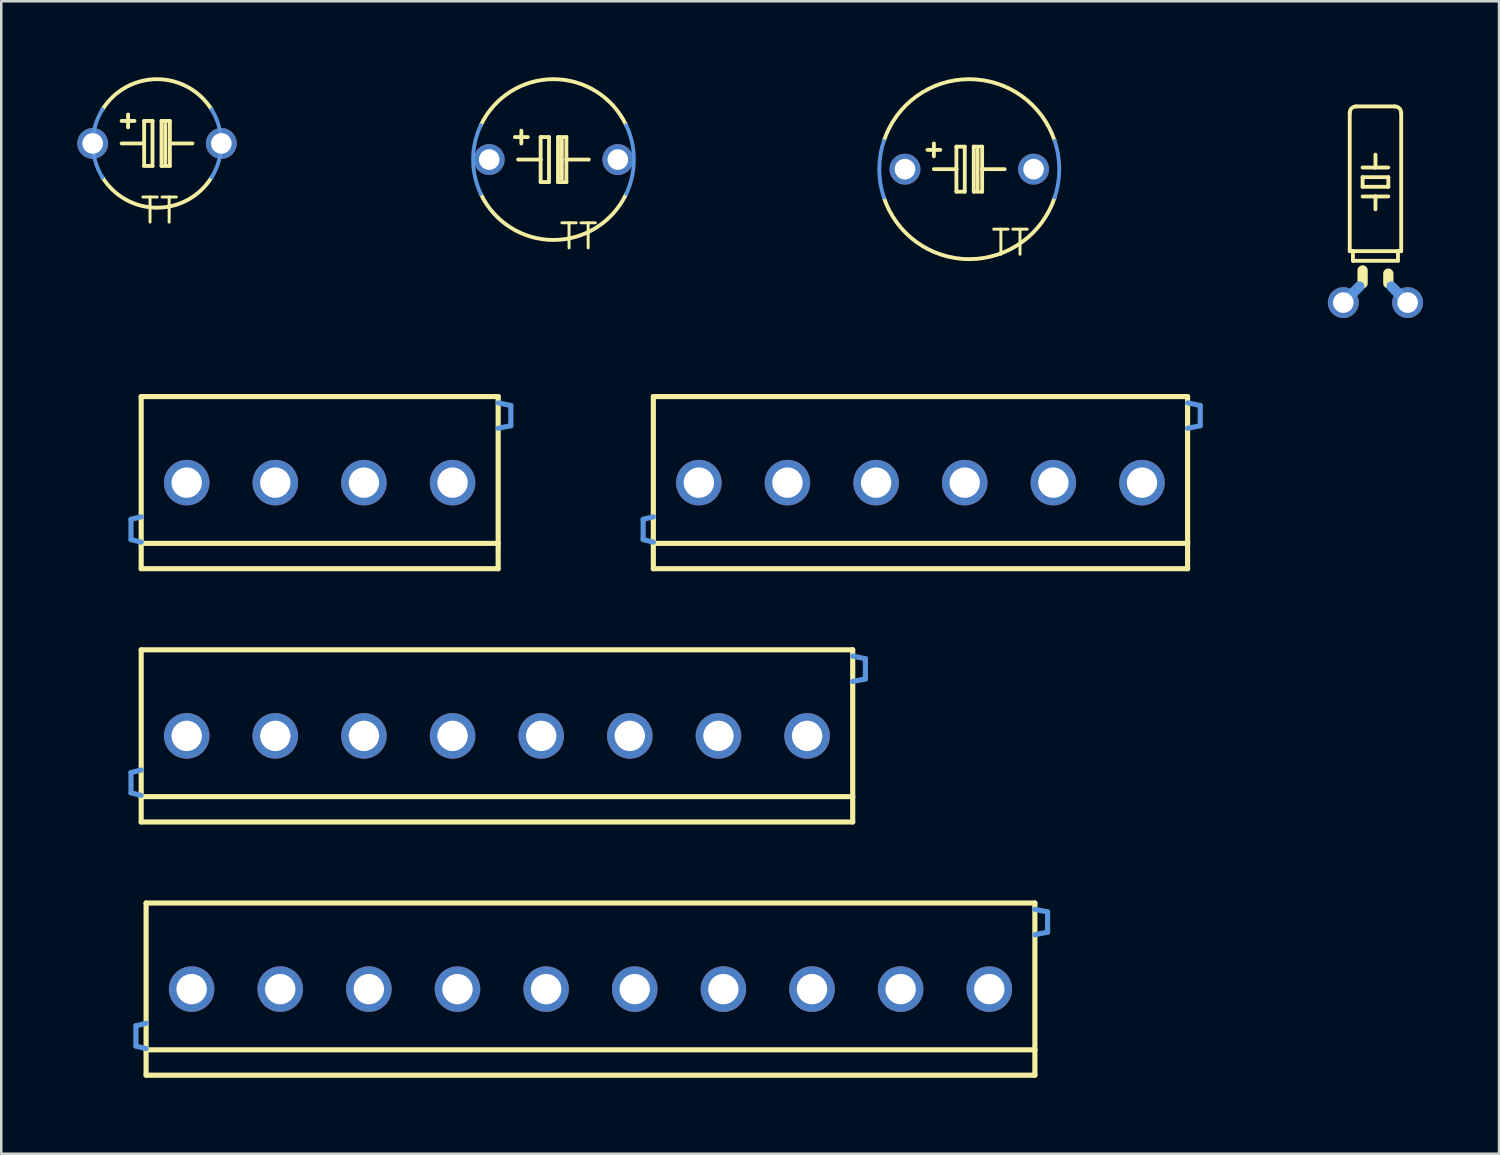
<source format=kicad_pcb>
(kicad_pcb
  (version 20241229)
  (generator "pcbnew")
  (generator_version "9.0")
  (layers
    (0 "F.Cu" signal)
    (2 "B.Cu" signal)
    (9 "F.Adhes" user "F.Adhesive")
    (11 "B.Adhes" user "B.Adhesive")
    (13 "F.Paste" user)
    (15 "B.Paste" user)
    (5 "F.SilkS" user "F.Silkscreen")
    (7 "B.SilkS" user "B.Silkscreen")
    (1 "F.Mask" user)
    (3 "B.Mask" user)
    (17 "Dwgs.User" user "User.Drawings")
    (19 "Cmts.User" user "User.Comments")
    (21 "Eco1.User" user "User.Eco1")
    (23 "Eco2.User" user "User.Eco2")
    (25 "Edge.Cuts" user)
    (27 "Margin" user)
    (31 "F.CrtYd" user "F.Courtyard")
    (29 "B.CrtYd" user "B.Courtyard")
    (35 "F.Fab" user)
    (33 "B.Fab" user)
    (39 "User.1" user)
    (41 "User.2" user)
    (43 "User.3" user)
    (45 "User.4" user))
  (footprint "TC26H"
    (layer "F.Cu")
    (at 51.265 8.899)
    (property "Reference" "TC26H" (at -2.032 -5.842 90) (layer "Eco1.User") (effects (font (size 1.27 1.27) (thickness 0.127))))
    (attr through_hole)
    (fp_line (start -1.016 -2.032) (end -1.016 -7.493) (stroke (width 0.152) (type solid)) (layer "F.SilkS"))
    (fp_line (start -1.016 -2.032) (end -0.889 -2.032) (stroke (width 0.152) (type solid)) (layer "F.SilkS"))
    (fp_line (start -0.889 -1.651) (end -0.889 -2.032) (stroke (width 0.152) (type solid)) (layer "F.SilkS"))
    (fp_line (start -0.889 -1.651) (end 0.889 -1.651) (stroke (width 0.152) (type solid)) (layer "F.SilkS"))
    (fp_line (start -0.762 -7.747) (end 0.762 -7.747) (stroke (width 0.152) (type solid)) (layer "F.SilkS"))
    (fp_line (start -0.508 -5.334) (end 0 -5.334) (stroke (width 0.152) (type solid)) (layer "F.SilkS"))
    (fp_line (start -0.508 -4.953) (end -0.508 -4.572) (stroke (width 0.152) (type solid)) (layer "F.SilkS"))
    (fp_line (start -0.508 -4.953) (end 0.508 -4.953) (stroke (width 0.152) (type solid)) (layer "F.SilkS"))
    (fp_line (start -0.508 -4.191) (end 0 -4.191) (stroke (width 0.152) (type solid)) (layer "F.SilkS"))
    (fp_line (start -0.508 -0.762) (end -0.508 -1.27) (stroke (width 0.406) (type solid)) (layer "F.SilkS"))
    (fp_line (start 0 -5.334) (end 0 -5.842) (stroke (width 0.152) (type solid)) (layer "F.SilkS"))
    (fp_line (start 0 -5.334) (end 0.508 -5.334) (stroke (width 0.152) (type solid)) (layer "F.SilkS"))
    (fp_line (start 0 -4.191) (end 0 -3.683) (stroke (width 0.152) (type solid)) (layer "F.SilkS"))
    (fp_line (start 0 -4.191) (end 0.508 -4.191) (stroke (width 0.152) (type solid)) (layer "F.SilkS"))
    (fp_line (start 0.508 -4.572) (end -0.508 -4.572) (stroke (width 0.152) (type solid)) (layer "F.SilkS"))
    (fp_line (start 0.508 -4.572) (end 0.508 -4.953) (stroke (width 0.152) (type solid)) (layer "F.SilkS"))
    (fp_line (start 0.508 -0.762) (end 0.508 -1.143) (stroke (width 0.406) (type solid)) (layer "F.SilkS"))
    (fp_line (start 0.889 -2.032) (end -0.889 -2.032) (stroke (width 0.152) (type solid)) (layer "F.SilkS"))
    (fp_line (start 0.889 -1.651) (end 0.889 -2.032) (stroke (width 0.152) (type solid)) (layer "F.SilkS"))
    (fp_line (start 1.016 -2.032) (end 0.889 -2.032) (stroke (width 0.152) (type solid)) (layer "F.SilkS"))
    (fp_line (start 1.016 -2.032) (end 1.016 -7.493) (stroke (width 0.152) (type solid)) (layer "F.SilkS"))
    (fp_arc (start -1.016 -7.493) (mid -0.941605 -7.672605) (end -0.762 -7.747) (stroke (width 0.1524) (type solid)) (layer "F.SilkS"))
    (fp_arc (start 0.762 -7.747) (mid 0.941605 -7.672605) (end 1.016 -7.493) (stroke (width 0.1524) (type solid)) (layer "F.SilkS"))
    (fp_line (start -0.635 -0.635) (end -1.27 0) (stroke (width 0.406) (type solid)) (layer "Cmts.User"))
    (fp_line (start 0.635 -0.635) (end 1.27 0) (stroke (width 0.406) (type solid)) (layer "Cmts.User"))
    (pad "1" thru_hole oval (at -1.27 0) (size 1.219 1.219) (drill 0.813) (layers "*.Cu" "*.Mask"))
    (pad "2" thru_hole oval (at 1.27 0) (size 1.219 1.219) (drill 0.813) (layers "*.Cu" "*.Mask")))
  (footprint "TERMINALBLOCK_3.5MM_6"
    (layer "F.Cu")
    (at 24.547 16.009)
    (property "Reference" "TERMINALBLOCK_3.5MM_6" (at -0.457 -2.337 0) (layer "Eco1.User") (effects (font (size 0.406 0.406) (thickness 0.03))))
    (attr through_hole)
    (fp_line (start -1.798 -3.399) (end 19.299 -3.399) (stroke (width 0.203) (type solid)) (layer "F.SilkS"))
    (fp_line (start -1.798 2.398) (end -1.798 -3.399) (stroke (width 0.203) (type solid)) (layer "F.SilkS"))
    (fp_line (start -1.798 3.399) (end -1.798 2.398) (stroke (width 0.203) (type solid)) (layer "F.SilkS"))
    (fp_line (start 19.299 -3.399) (end 19.299 2.398) (stroke (width 0.203) (type solid)) (layer "F.SilkS"))
    (fp_line (start 19.299 2.398) (end -1.798 2.398) (stroke (width 0.203) (type solid)) (layer "F.SilkS"))
    (fp_line (start 19.299 2.398) (end 19.299 3.399) (stroke (width 0.203) (type solid)) (layer "F.SilkS"))
    (fp_line (start 19.299 3.399) (end -1.798 3.399) (stroke (width 0.203) (type solid)) (layer "F.SilkS"))
    (fp_line (start -2.2 1.448) (end -2.2 2.248) (stroke (width 0.203) (type solid)) (layer "Cmts.User"))
    (fp_line (start -2.2 2.248) (end -1.798 2.349) (stroke (width 0.203) (type solid)) (layer "Cmts.User"))
    (fp_line (start -1.798 1.349) (end -2.2 1.448) (stroke (width 0.203) (type solid)) (layer "Cmts.User"))
    (fp_line (start 19.299 -3.15) (end 19.799 -3.048) (stroke (width 0.203) (type solid)) (layer "Cmts.User"))
    (fp_line (start 19.799 -3.048) (end 19.799 -2.248) (stroke (width 0.203) (type solid)) (layer "Cmts.User"))
    (fp_line (start 19.799 -2.248) (end 19.299 -2.149) (stroke (width 0.203) (type solid)) (layer "Cmts.User"))
    (pad "1" thru_hole oval (at 0 0) (size 1.798 1.798) (drill 1.199) (layers "*.Cu" "*.Mask"))
    (pad "2" thru_hole oval (at 3.498 0) (size 1.798 1.798) (drill 1.199) (layers "*.Cu" "*.Mask"))
    (pad "3" thru_hole oval (at 6.998 0) (size 1.798 1.798) (drill 1.199) (layers "*.Cu" "*.Mask"))
    (pad "4" thru_hole oval (at 10.498 0) (size 1.798 1.798) (drill 1.199) (layers "*.Cu" "*.Mask"))
    (pad "5" thru_hole oval (at 13.998 0) (size 1.798 1.798) (drill 1.199) (layers "*.Cu" "*.Mask"))
    (pad "6" thru_hole oval (at 17.498 0) (size 1.798 1.798) (drill 1.199) (layers "*.Cu" "*.Mask")))
  (footprint "TAP5-50"
    (layer "F.Cu")
    (at 3.15 2.614)
    (property "Reference" "TAP5-50" (at 5.08 -0.635 0) (layer "Eco1.User") (effects (font (size 1.27 1.27) (thickness 0.127))))
    (attr through_hole)
    (fp_line (start -1.397 0) (end -0.508 0) (stroke (width 0.152) (type solid)) (layer "F.SilkS"))
    (fp_line (start -1.143 -0.635) (end -1.143 -1.143) (stroke (width 0.152) (type solid)) (layer "F.SilkS"))
    (fp_line (start -0.889 -0.889) (end -1.397 -0.889) (stroke (width 0.152) (type solid)) (layer "F.SilkS"))
    (fp_line (start -0.508 -0.889) (end -0.508 0) (stroke (width 0.152) (type solid)) (layer "F.SilkS"))
    (fp_line (start -0.508 0) (end -0.508 0.889) (stroke (width 0.152) (type solid)) (layer "F.SilkS"))
    (fp_line (start -0.508 0.889) (end -0.178 0.889) (stroke (width 0.152) (type solid)) (layer "F.SilkS"))
    (fp_line (start -0.178 -0.889) (end -0.508 -0.889) (stroke (width 0.152) (type solid)) (layer "F.SilkS"))
    (fp_line (start -0.178 0.889) (end -0.178 -0.889) (stroke (width 0.152) (type solid)) (layer "F.SilkS"))
    (fp_line (start 0.178 -0.889) (end 0.178 0.889) (stroke (width 0.152) (type solid)) (layer "F.SilkS"))
    (fp_line (start 0.178 0.889) (end 0.508 0.889) (stroke (width 0.152) (type solid)) (layer "F.SilkS"))
    (fp_line (start 0.33 0.762) (end 0.33 -0.762) (stroke (width 0.152) (type solid)) (layer "F.SilkS"))
    (fp_line (start 0.508 -0.889) (end 0.178 -0.889) (stroke (width 0.152) (type solid)) (layer "F.SilkS"))
    (fp_line (start 0.508 0) (end 0.508 -0.889) (stroke (width 0.152) (type solid)) (layer "F.SilkS"))
    (fp_line (start 0.508 0) (end 1.397 0) (stroke (width 0.152) (type solid)) (layer "F.SilkS"))
    (fp_line (start 0.508 0.889) (end 0.508 0) (stroke (width 0.152) (type solid)) (layer "F.SilkS"))
    (fp_arc (start -2.15392 -1.34112) (mid -0.001855 -2.537316) (end 2.151957 -1.344268) (stroke (width 0.1524) (type solid)) (layer "F.SilkS"))
    (fp_arc (start 2.151957 1.344268) (mid -0.001855 2.537316) (end -2.15392 1.34112) (stroke (width 0.1524) (type solid)) (layer "F.SilkS"))
    (fp_arc (start -2.154299 1.34051) (mid -2.537316 -0.000359) (end -2.15392 -1.34112) (stroke (width 0.1524) (type solid)) (layer "Cmts.User"))
    (fp_arc (start 2.154299 -1.34051) (mid 2.537316 0.000359) (end 2.15392 1.34112) (stroke (width 0.1524) (type solid)) (layer "Cmts.User"))
    (fp_text user "TT" (at 0.102 2.654 0) (layer "F.SilkS") (effects (font (size 0.991 0.991) (thickness 0.117))))
    (pad "+" thru_hole oval (at -2.54 0) (size 1.219 1.219) (drill 0.813) (layers "*.Cu" "*.Mask"))
    (pad "-" thru_hole oval (at 2.54 0) (size 1.219 1.219) (drill 0.813) (layers "*.Cu" "*.Mask")))
  (footprint "TERMINALBLOCK_3.5MM_4"
    (layer "F.Cu")
    (at 4.323 16.009)
    (property "Reference" "TERMINALBLOCK_3.5MM_4" (at -0.457 -2.337 0) (layer "Eco1.User") (effects (font (size 0.406 0.406) (thickness 0.03))))
    (attr through_hole)
    (fp_line (start -1.798 -3.399) (end 12.299 -3.399) (stroke (width 0.203) (type solid)) (layer "F.SilkS"))
    (fp_line (start -1.798 2.398) (end -1.798 -3.399) (stroke (width 0.203) (type solid)) (layer "F.SilkS"))
    (fp_line (start -1.798 3.399) (end -1.798 2.398) (stroke (width 0.203) (type solid)) (layer "F.SilkS"))
    (fp_line (start 12.299 -3.399) (end 12.299 2.398) (stroke (width 0.203) (type solid)) (layer "F.SilkS"))
    (fp_line (start 12.299 2.398) (end -1.798 2.398) (stroke (width 0.203) (type solid)) (layer "F.SilkS"))
    (fp_line (start 12.299 2.398) (end 12.299 3.399) (stroke (width 0.203) (type solid)) (layer "F.SilkS"))
    (fp_line (start 12.299 3.399) (end -1.798 3.399) (stroke (width 0.203) (type solid)) (layer "F.SilkS"))
    (fp_line (start -2.2 1.448) (end -2.2 2.248) (stroke (width 0.203) (type solid)) (layer "Cmts.User"))
    (fp_line (start -2.2 2.248) (end -1.798 2.349) (stroke (width 0.203) (type solid)) (layer "Cmts.User"))
    (fp_line (start -1.798 1.349) (end -2.2 1.448) (stroke (width 0.203) (type solid)) (layer "Cmts.User"))
    (fp_line (start 12.299 -3.15) (end 12.799 -3.048) (stroke (width 0.203) (type solid)) (layer "Cmts.User"))
    (fp_line (start 12.799 -3.048) (end 12.799 -2.248) (stroke (width 0.203) (type solid)) (layer "Cmts.User"))
    (fp_line (start 12.799 -2.248) (end 12.299 -2.149) (stroke (width 0.203) (type solid)) (layer "Cmts.User"))
    (pad "1" thru_hole oval (at 0 0) (size 1.798 1.798) (drill 1.199) (layers "*.Cu" "*.Mask"))
    (pad "2" thru_hole oval (at 3.498 0) (size 1.798 1.798) (drill 1.199) (layers "*.Cu" "*.Mask"))
    (pad "3" thru_hole oval (at 6.998 0) (size 1.798 1.798) (drill 1.199) (layers "*.Cu" "*.Mask"))
    (pad "4" thru_hole oval (at 10.498 0) (size 1.798 1.798) (drill 1.199) (layers "*.Cu" "*.Mask")))
  (footprint "TERMINALBLOCK_3.5MM_8"
    (layer "F.Cu")
    (at 4.323 26.009)
    (property "Reference" "TERMINALBLOCK_3.5MM_8" (at -0.457 -2.337 0) (layer "Eco1.User") (effects (font (size 0.406 0.406) (thickness 0.03))))
    (attr through_hole)
    (fp_line (start -1.798 -3.399) (end 26.299 -3.399) (stroke (width 0.203) (type solid)) (layer "F.SilkS"))
    (fp_line (start -1.798 2.398) (end -1.798 -3.399) (stroke (width 0.203) (type solid)) (layer "F.SilkS"))
    (fp_line (start -1.798 3.399) (end -1.798 2.398) (stroke (width 0.203) (type solid)) (layer "F.SilkS"))
    (fp_line (start 26.299 -3.399) (end 26.299 2.398) (stroke (width 0.203) (type solid)) (layer "F.SilkS"))
    (fp_line (start 26.299 2.398) (end -1.798 2.398) (stroke (width 0.203) (type solid)) (layer "F.SilkS"))
    (fp_line (start 26.299 2.398) (end 26.299 3.399) (stroke (width 0.203) (type solid)) (layer "F.SilkS"))
    (fp_line (start 26.299 3.399) (end -1.798 3.399) (stroke (width 0.203) (type solid)) (layer "F.SilkS"))
    (fp_line (start -2.2 1.448) (end -2.2 2.248) (stroke (width 0.203) (type solid)) (layer "Cmts.User"))
    (fp_line (start -2.2 2.248) (end -1.798 2.349) (stroke (width 0.203) (type solid)) (layer "Cmts.User"))
    (fp_line (start -1.798 1.349) (end -2.2 1.448) (stroke (width 0.203) (type solid)) (layer "Cmts.User"))
    (fp_line (start 26.299 -3.15) (end 26.8 -3.048) (stroke (width 0.203) (type solid)) (layer "Cmts.User"))
    (fp_line (start 26.8 -3.048) (end 26.8 -2.248) (stroke (width 0.203) (type solid)) (layer "Cmts.User"))
    (fp_line (start 26.8 -2.248) (end 26.299 -2.149) (stroke (width 0.203) (type solid)) (layer "Cmts.User"))
    (pad "1" thru_hole oval (at 0 0) (size 1.798 1.798) (drill 1.199) (layers "*.Cu" "*.Mask"))
    (pad "2" thru_hole oval (at 3.498 0) (size 1.798 1.798) (drill 1.199) (layers "*.Cu" "*.Mask"))
    (pad "3" thru_hole oval (at 6.998 0) (size 1.798 1.798) (drill 1.199) (layers "*.Cu" "*.Mask"))
    (pad "4" thru_hole oval (at 10.498 0) (size 1.798 1.798) (drill 1.199) (layers "*.Cu" "*.Mask"))
    (pad "5" thru_hole oval (at 13.998 0) (size 1.798 1.798) (drill 1.199) (layers "*.Cu" "*.Mask"))
    (pad "6" thru_hole oval (at 17.498 0) (size 1.798 1.798) (drill 1.199) (layers "*.Cu" "*.Mask"))
    (pad "7" thru_hole oval (at 20.998 0) (size 1.798 1.798) (drill 1.199) (layers "*.Cu" "*.Mask"))
    (pad "8" thru_hole oval (at 24.498 0) (size 1.798 1.798) (drill 1.199) (layers "*.Cu" "*.Mask")))
  (footprint "TAP5-60"
    (layer "F.Cu")
    (at 18.807 3.251)
    (property "Reference" "TAP5-60" (at 5.461 -1.27 0) (layer "Eco1.User") (effects (font (size 1.27 1.27) (thickness 0.127))))
    (attr through_hole)
    (fp_line (start -1.397 0) (end -0.508 0) (stroke (width 0.152) (type solid)) (layer "F.SilkS"))
    (fp_line (start -1.27 -0.635) (end -1.27 -1.143) (stroke (width 0.152) (type solid)) (layer "F.SilkS"))
    (fp_line (start -1.016 -0.889) (end -1.524 -0.889) (stroke (width 0.152) (type solid)) (layer "F.SilkS"))
    (fp_line (start -0.508 -0.889) (end -0.508 0) (stroke (width 0.152) (type solid)) (layer "F.SilkS"))
    (fp_line (start -0.508 0) (end -0.508 0.889) (stroke (width 0.152) (type solid)) (layer "F.SilkS"))
    (fp_line (start -0.508 0.889) (end -0.178 0.889) (stroke (width 0.152) (type solid)) (layer "F.SilkS"))
    (fp_line (start -0.178 -0.889) (end -0.508 -0.889) (stroke (width 0.152) (type solid)) (layer "F.SilkS"))
    (fp_line (start -0.178 0.889) (end -0.178 -0.889) (stroke (width 0.152) (type solid)) (layer "F.SilkS"))
    (fp_line (start 0.178 -0.889) (end 0.178 0.889) (stroke (width 0.152) (type solid)) (layer "F.SilkS"))
    (fp_line (start 0.178 0.889) (end 0.508 0.889) (stroke (width 0.152) (type solid)) (layer "F.SilkS"))
    (fp_line (start 0.33 0.762) (end 0.33 -0.762) (stroke (width 0.152) (type solid)) (layer "F.SilkS"))
    (fp_line (start 0.508 -0.889) (end 0.178 -0.889) (stroke (width 0.152) (type solid)) (layer "F.SilkS"))
    (fp_line (start 0.508 0) (end 0.508 -0.889) (stroke (width 0.152) (type solid)) (layer "F.SilkS"))
    (fp_line (start 0.508 0) (end 1.397 0) (stroke (width 0.152) (type solid)) (layer "F.SilkS"))
    (fp_line (start 0.508 0.889) (end 0.508 0) (stroke (width 0.152) (type solid)) (layer "F.SilkS"))
    (fp_arc (start -2.8702 -1.35636) (mid -0.003112 -3.174547) (end 2.867536 -1.361984) (stroke (width 0.1524) (type solid)) (layer "F.SilkS"))
    (fp_arc (start 2.867536 1.361984) (mid -0.003112 3.174548) (end -2.8702 1.35636) (stroke (width 0.1524) (type solid)) (layer "F.SilkS"))
    (fp_arc (start -2.869908 1.356977) (mid -3.174549 0.000341) (end -2.8702 -1.35636) (stroke (width 0.1524) (type solid)) (layer "Cmts.User"))
    (fp_arc (start 2.869908 -1.356977) (mid 3.174549 -0.000341) (end 2.8702 1.35636) (stroke (width 0.1524) (type solid)) (layer "Cmts.User"))
    (fp_text user "TT" (at 0.991 3.035 0) (layer "F.SilkS") (effects (font (size 0.991 0.991) (thickness 0.117))))
    (pad "+" thru_hole oval (at -2.54 0) (size 1.219 1.219) (drill 0.813) (layers "*.Cu" "*.Mask"))
    (pad "-" thru_hole oval (at 2.54 0) (size 1.219 1.219) (drill 0.813) (layers "*.Cu" "*.Mask")))
  (footprint "TAP5-70"
    (layer "F.Cu")
    (at 35.225 3.63)
    (property "Reference" "TAP5-70" (at 5.715 -1.778 0) (layer "Eco1.User") (effects (font (size 1.27 1.27) (thickness 0.127))))
    (attr through_hole)
    (fp_line (start -1.397 -0.508) (end -1.397 -1.016) (stroke (width 0.152) (type solid)) (layer "F.SilkS"))
    (fp_line (start -1.397 0) (end -0.508 0) (stroke (width 0.152) (type solid)) (layer "F.SilkS"))
    (fp_line (start -1.143 -0.762) (end -1.651 -0.762) (stroke (width 0.152) (type solid)) (layer "F.SilkS"))
    (fp_line (start -0.508 -0.889) (end -0.508 0) (stroke (width 0.152) (type solid)) (layer "F.SilkS"))
    (fp_line (start -0.508 0) (end -0.508 0.889) (stroke (width 0.152) (type solid)) (layer "F.SilkS"))
    (fp_line (start -0.508 0.889) (end -0.178 0.889) (stroke (width 0.152) (type solid)) (layer "F.SilkS"))
    (fp_line (start -0.178 -0.889) (end -0.508 -0.889) (stroke (width 0.152) (type solid)) (layer "F.SilkS"))
    (fp_line (start -0.178 0.889) (end -0.178 -0.889) (stroke (width 0.152) (type solid)) (layer "F.SilkS"))
    (fp_line (start 0.178 -0.889) (end 0.178 0.889) (stroke (width 0.152) (type solid)) (layer "F.SilkS"))
    (fp_line (start 0.178 0.889) (end 0.508 0.889) (stroke (width 0.152) (type solid)) (layer "F.SilkS"))
    (fp_line (start 0.33 0.762) (end 0.33 -0.762) (stroke (width 0.152) (type solid)) (layer "F.SilkS"))
    (fp_line (start 0.508 -0.889) (end 0.178 -0.889) (stroke (width 0.152) (type solid)) (layer "F.SilkS"))
    (fp_line (start 0.508 0) (end 0.508 -0.889) (stroke (width 0.152) (type solid)) (layer "F.SilkS"))
    (fp_line (start 0.508 0) (end 1.397 0) (stroke (width 0.152) (type solid)) (layer "F.SilkS"))
    (fp_line (start 0.508 0.889) (end 0.508 0) (stroke (width 0.152) (type solid)) (layer "F.SilkS"))
    (fp_arc (start -3.37312 -1.1176) (mid -0.004258 -3.553442) (end 3.370432 -1.125681) (stroke (width 0.1524) (type solid)) (layer "F.SilkS"))
    (fp_arc (start 3.370432 1.125681) (mid -0.004258 3.553442) (end -3.37312 1.1176) (stroke (width 0.1524) (type solid)) (layer "F.SilkS"))
    (fp_arc (start -3.372391 1.119797) (mid -3.553444 0.001157) (end -3.37312 -1.1176) (stroke (width 0.1524) (type solid)) (layer "Cmts.User"))
    (fp_arc (start 3.372391 -1.119797) (mid 3.553444 -0.001157) (end 3.37312 1.1176) (stroke (width 0.1524) (type solid)) (layer "Cmts.User"))
    (fp_text user "TT" (at 1.626 2.908 0) (layer "F.SilkS") (effects (font (size 0.991 0.991) (thickness 0.117))))
    (pad "+" thru_hole oval (at -2.54 0) (size 1.219 1.219) (drill 0.813) (layers "*.Cu" "*.Mask"))
    (pad "-" thru_hole oval (at 2.54 0) (size 1.219 1.219) (drill 0.813) (layers "*.Cu" "*.Mask")))
  (footprint "TERMINALBLOCK_3.5MM_10"
    (layer "F.Cu")
    (at 4.517 36.009)
    (property "Reference" "TERMINALBLOCK_3.5MM_10" (at -0.457 -2.337 0) (layer "Eco1.User") (effects (font (size 0.406 0.406) (thickness 0.03))))
    (attr through_hole)
    (fp_line (start -1.798 -3.399) (end 33.299 -3.399) (stroke (width 0.203) (type solid)) (layer "F.SilkS"))
    (fp_line (start -1.798 2.398) (end -1.798 -3.399) (stroke (width 0.203) (type solid)) (layer "F.SilkS"))
    (fp_line (start -1.798 3.399) (end -1.798 2.398) (stroke (width 0.203) (type solid)) (layer "F.SilkS"))
    (fp_line (start 33.299 -3.399) (end 33.299 2.398) (stroke (width 0.203) (type solid)) (layer "F.SilkS"))
    (fp_line (start 33.299 2.398) (end -1.798 2.398) (stroke (width 0.203) (type solid)) (layer "F.SilkS"))
    (fp_line (start 33.299 2.398) (end 33.299 3.399) (stroke (width 0.203) (type solid)) (layer "F.SilkS"))
    (fp_line (start 33.299 3.399) (end -1.798 3.399) (stroke (width 0.203) (type solid)) (layer "F.SilkS"))
    (fp_line (start -2.2 1.448) (end -2.2 2.248) (stroke (width 0.203) (type solid)) (layer "Cmts.User"))
    (fp_line (start -2.2 2.248) (end -1.798 2.349) (stroke (width 0.203) (type solid)) (layer "Cmts.User"))
    (fp_line (start -1.798 1.349) (end -2.2 1.448) (stroke (width 0.203) (type solid)) (layer "Cmts.User"))
    (fp_line (start 33.299 -3.15) (end 33.8 -3.048) (stroke (width 0.203) (type solid)) (layer "Cmts.User"))
    (fp_line (start 33.8 -3.048) (end 33.8 -2.248) (stroke (width 0.203) (type solid)) (layer "Cmts.User"))
    (fp_line (start 33.8 -2.248) (end 33.299 -2.149) (stroke (width 0.203) (type solid)) (layer "Cmts.User"))
    (pad "1" thru_hole oval (at 0 0) (size 1.798 1.798) (drill 1.199) (layers "*.Cu" "*.Mask"))
    (pad "2" thru_hole oval (at 3.498 0) (size 1.798 1.798) (drill 1.199) (layers "*.Cu" "*.Mask"))
    (pad "3" thru_hole oval (at 6.998 0) (size 1.798 1.798) (drill 1.199) (layers "*.Cu" "*.Mask"))
    (pad "4" thru_hole oval (at 10.498 0) (size 1.798 1.798) (drill 1.199) (layers "*.Cu" "*.Mask"))
    (pad "5" thru_hole oval (at 13.998 0) (size 1.798 1.798) (drill 1.199) (layers "*.Cu" "*.Mask"))
    (pad "6" thru_hole oval (at 17.498 0) (size 1.798 1.798) (drill 1.199) (layers "*.Cu" "*.Mask"))
    (pad "7" thru_hole oval (at 20.998 0) (size 1.798 1.798) (drill 1.199) (layers "*.Cu" "*.Mask"))
    (pad "8" thru_hole oval (at 24.498 0) (size 1.798 1.798) (drill 1.199) (layers "*.Cu" "*.Mask"))
    (pad "9" thru_hole oval (at 27.998 0) (size 1.798 1.798) (drill 1.199) (layers "*.Cu" "*.Mask"))
    (pad "10" thru_hole oval (at 31.499 0) (size 1.798 1.798) (drill 1.199) (layers "*.Cu" "*.Mask")))
  (gr_rect
    (start -3 -3)
    (end 56.145 42.509)
    (stroke (width 0.1) (type default))
    (fill no)
    (layer "Edge.Cuts")))
</source>
